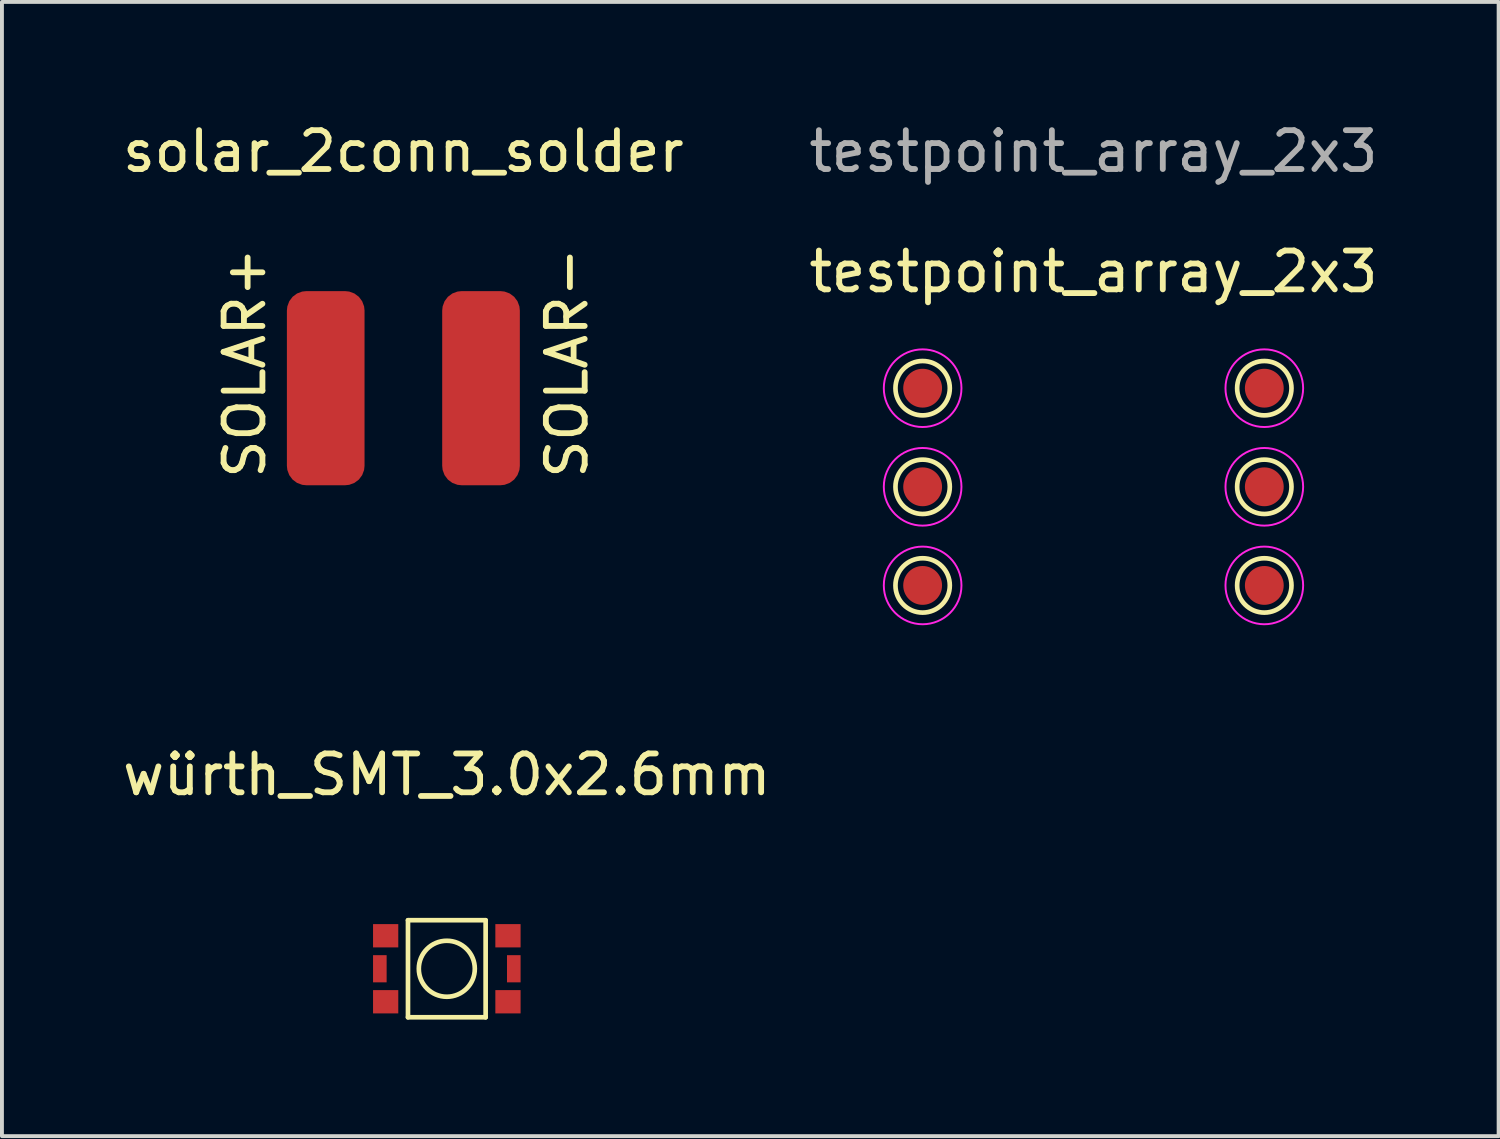
<source format=kicad_pcb>
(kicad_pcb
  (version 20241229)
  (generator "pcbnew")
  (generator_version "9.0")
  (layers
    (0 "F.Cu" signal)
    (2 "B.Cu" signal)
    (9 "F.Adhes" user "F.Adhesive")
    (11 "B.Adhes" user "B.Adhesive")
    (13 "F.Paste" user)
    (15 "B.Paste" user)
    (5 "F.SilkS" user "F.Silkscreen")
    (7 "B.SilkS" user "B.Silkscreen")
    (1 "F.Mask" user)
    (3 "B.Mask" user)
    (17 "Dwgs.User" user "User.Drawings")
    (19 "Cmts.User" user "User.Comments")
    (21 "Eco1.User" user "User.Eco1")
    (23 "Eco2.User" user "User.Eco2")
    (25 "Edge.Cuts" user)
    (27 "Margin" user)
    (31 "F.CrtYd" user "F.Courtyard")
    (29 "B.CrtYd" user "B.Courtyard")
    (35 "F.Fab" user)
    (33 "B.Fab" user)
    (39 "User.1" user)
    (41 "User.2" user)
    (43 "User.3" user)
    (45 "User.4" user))
  (footprint "testpoint_array_2x3"
    (layer "F.Cu")
    (at 25.113 6.948)
    (property "Reference" "testpoint_array_2x3" (at 0 -3 0) (layer "F.SilkS") (effects (font (size 1 1) (thickness 0.15))))
    (attr exclude_from_pos_files exclude_from_bom)
    (fp_circle (center -4.4 0) (end -4.4 0.7) (stroke (width 0.12) (type solid)) (fill no) (layer "F.SilkS"))
    (fp_circle (center -4.4 2.54) (end -4.4 3.24) (stroke (width 0.12) (type solid)) (fill no) (layer "F.SilkS"))
    (fp_circle (center -4.4 5.08) (end -4.4 5.78) (stroke (width 0.12) (type solid)) (fill no) (layer "F.SilkS"))
    (fp_circle (center 4.4 0) (end 4.4 0.7) (stroke (width 0.12) (type solid)) (fill no) (layer "F.SilkS"))
    (fp_circle (center 4.4 2.54) (end 4.4 3.24) (stroke (width 0.12) (type solid)) (fill no) (layer "F.SilkS"))
    (fp_circle (center 4.4 5.08) (end 4.4 5.78) (stroke (width 0.12) (type solid)) (fill no) (layer "F.SilkS"))
    (fp_circle (center -4.4 0) (end -3.4 0) (stroke (width 0.05) (type solid)) (fill no) (layer "F.CrtYd"))
    (fp_circle (center -4.4 2.54) (end -3.4 2.54) (stroke (width 0.05) (type solid)) (fill no) (layer "F.CrtYd"))
    (fp_circle (center -4.4 5.08) (end -3.4 5.08) (stroke (width 0.05) (type solid)) (fill no) (layer "F.CrtYd"))
    (fp_circle (center 4.4 0) (end 5.4 0) (stroke (width 0.05) (type solid)) (fill no) (layer "F.CrtYd"))
    (fp_circle (center 4.4 2.54) (end 5.4 2.54) (stroke (width 0.05) (type solid)) (fill no) (layer "F.CrtYd"))
    (fp_circle (center 4.4 5.08) (end 5.4 5.08) (stroke (width 0.05) (type solid)) (fill no) (layer "F.CrtYd"))
    (fp_text user "${REFERENCE}" (at 0 -6.1 0) (layer "F.Fab") (effects (font (size 1 1) (thickness 0.15))))
    (pad "1" smd circle (at 4.4 0) (size 1 1) (layers "F.Cu" "F.Mask"))
    (pad "2" smd circle (at 4.4 2.54) (size 1 1) (layers "F.Cu" "F.Mask"))
    (pad "3" smd circle (at 4.4 5.08) (size 1 1) (layers "F.Cu" "F.Mask"))
    (pad "4" smd circle (at -4.4 0) (size 1 1) (layers "F.Cu" "F.Mask"))
    (pad "5" smd circle (at -4.4 2.54) (size 1 1) (layers "F.Cu" "F.Mask"))
    (pad "6" smd circle (at -4.4 5.08) (size 1 1) (layers "F.Cu" "F.Mask")))
  (footprint "solar_2conn_solder"
    (layer "F.Cu")
    (at 7.339 6.948)
    (property "Reference" "solar_2conn_solder" (at 0 -6.1 0) (unlocked yes) (layer "F.SilkS") (effects (font (size 1 1) (thickness 0.15))))
    (attr smd)
    (fp_text user "SOLAR-" (at 4.8 2.4 90) (unlocked yes) (layer "F.SilkS") (effects (font (size 1 1) (thickness 0.15)) (justify left bottom)))
    (fp_text user "SOLAR+" (at -3.5 2.4 90) (unlocked yes) (layer "F.SilkS") (effects (font (size 1 1) (thickness 0.15)) (justify left bottom)))
    (pad "1" smd roundrect (at -2 0 90) (size 5 2) (layers "F.Cu" "F.Mask" "F.Paste") (roundrect_rratio 0.25))
    (pad "2" smd roundrect (at 2 0 90) (size 5 2) (layers "F.Cu" "F.Mask" "F.Paste") (roundrect_rratio 0.25)))
  (footprint "würth_SMT_3.0x2.6mm"
    (layer "F.Cu")
    (at 8.458 21.901)
    (property "Reference" "würth_SMT_3.0x2.6mm" (at 0 -5 0) (layer "F.SilkS") (effects (font (size 1 1) (thickness 0.15))))
    (attr through_hole)
    (fp_line (start -1 -1.25) (end 1 -1.25) (stroke (width 0.12) (type solid)) (layer "F.SilkS"))
    (fp_line (start -1 1.25) (end -1 -1.25) (stroke (width 0.12) (type solid)) (layer "F.SilkS"))
    (fp_line (start 1 -1.25) (end 1 1.25) (stroke (width 0.12) (type solid)) (layer "F.SilkS"))
    (fp_line (start 1 1.25) (end -1 1.25) (stroke (width 0.12) (type solid)) (layer "F.SilkS"))
    (fp_circle (center 0 0) (end 0.4 -0.6) (stroke (width 0.12) (type solid)) (fill no) (layer "F.SilkS"))
    (pad "1" smd rect (at -1.575 -0.85) (size 0.65 0.6) (layers "F.Cu" "F.Mask" "F.Paste"))
    (pad "2" smd rect (at 1.575 -0.85) (size 0.65 0.6) (layers "F.Cu" "F.Mask" "F.Paste"))
    (pad "3" smd rect (at -1.575 0.85) (size 0.65 0.6) (layers "F.Cu" "F.Mask" "F.Paste"))
    (pad "4" smd rect (at 1.575 0.85) (size 0.65 0.6) (layers "F.Cu" "F.Mask" "F.Paste"))
    (pad "5" smd rect (at -1.725 0) (size 0.35 0.7) (layers "F.Cu" "F.Mask" "F.Paste"))
    (pad "6" smd rect (at 1.725 0) (size 0.35 0.7) (layers "F.Cu" "F.Mask" "F.Paste")))
  (gr_rect
    (start -3 -3)
    (end 35.548 26.212)
    (stroke (width 0.1) (type default))
    (fill no)
    (layer "Edge.Cuts")))
</source>
